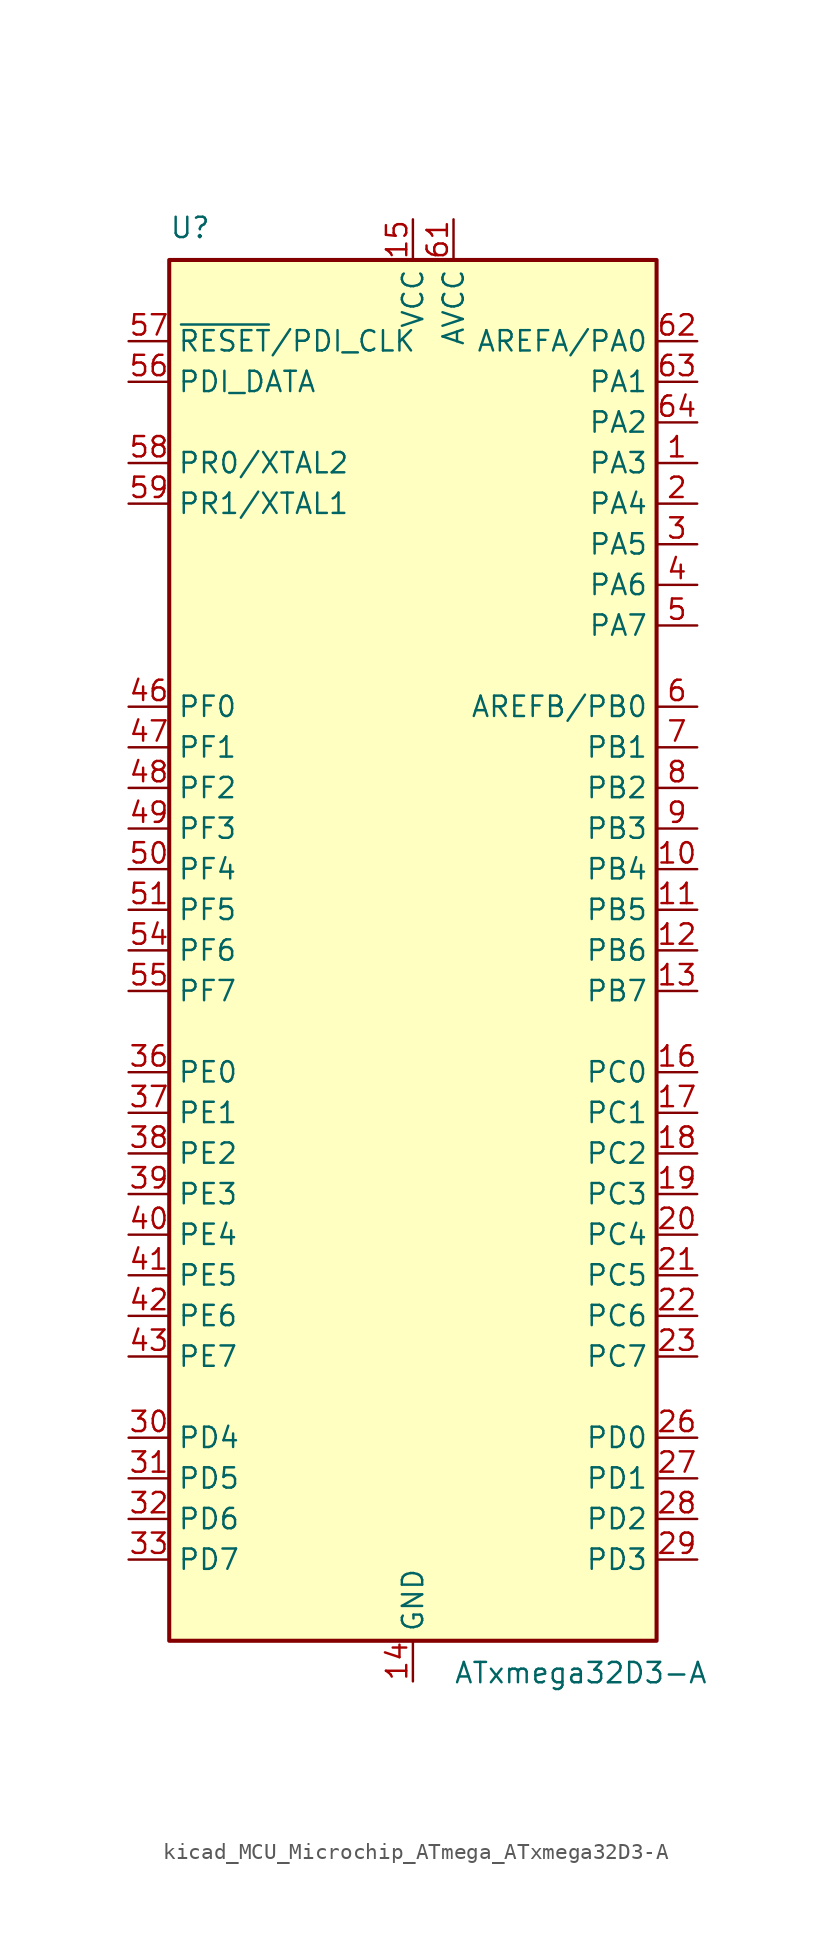
<source format=kicad_sym>
(kicad_symbol_lib
  (version 20220914)
  (generator kicad_symbol_editor)
  (symbol "kicad_MCU_Microchip_ATmega_ATxmega32D3-A"
    (property "Reference" "U"
      (at -15.24 44.45 0)
      (effects (font (size 1.27 1.27)) (justify left bottom)))
    (property "Value" "ATxmega32D3-A"
      (at 2.54 -44.45 0)
      (effects (font (size 1.27 1.27)) (justify left top)))
    (symbol "kicad_MCU_Microchip_ATmega_ATxmega32D3-A_0_1"
      (rectangle (start -15.24 -43.18) (end 15.24 43.18) (stroke (width 0.254) (type default)) (fill (type background))))
    (symbol "kicad_MCU_Microchip_ATmega_ATxmega32D3-A_1_1"
      (pin bidirectional line (at 17.78 30.48 180) (length 2.54) (name "PA3" (effects (font (size 1.27 1.27)))) (number "1" (effects (font (size 1.27 1.27)))))
      (pin bidirectional line (at 17.78 5.08 180) (length 2.54) (name "PB4" (effects (font (size 1.27 1.27)))) (number "10" (effects (font (size 1.27 1.27)))))
      (pin bidirectional line (at 17.78 2.54 180) (length 2.54) (name "PB5" (effects (font (size 1.27 1.27)))) (number "11" (effects (font (size 1.27 1.27)))))
      (pin bidirectional line (at 17.78 0 180) (length 2.54) (name "PB6" (effects (font (size 1.27 1.27)))) (number "12" (effects (font (size 1.27 1.27)))))
      (pin bidirectional line (at 17.78 -2.54 180) (length 2.54) (name "PB7" (effects (font (size 1.27 1.27)))) (number "13" (effects (font (size 1.27 1.27)))))
      (pin power_in line (at 0 -45.72 90) (length 2.54) (name "GND" (effects (font (size 1.27 1.27)))) (number "14" (effects (font (size 1.27 1.27)))))
      (pin power_in line (at 0 45.72 270) (length 2.54) (name "VCC" (effects (font (size 1.27 1.27)))) (number "15" (effects (font (size 1.27 1.27)))))
      (pin bidirectional line (at 17.78 -7.62 180) (length 2.54) (name "PC0" (effects (font (size 1.27 1.27)))) (number "16" (effects (font (size 1.27 1.27)))))
      (pin bidirectional line (at 17.78 -10.16 180) (length 2.54) (name "PC1" (effects (font (size 1.27 1.27)))) (number "17" (effects (font (size 1.27 1.27)))))
      (pin bidirectional line (at 17.78 -12.7 180) (length 2.54) (name "PC2" (effects (font (size 1.27 1.27)))) (number "18" (effects (font (size 1.27 1.27)))))
      (pin bidirectional line (at 17.78 -15.24 180) (length 2.54) (name "PC3" (effects (font (size 1.27 1.27)))) (number "19" (effects (font (size 1.27 1.27)))))
      (pin bidirectional line (at 17.78 27.94 180) (length 2.54) (name "PA4" (effects (font (size 1.27 1.27)))) (number "2" (effects (font (size 1.27 1.27)))))
      (pin bidirectional line (at 17.78 -17.78 180) (length 2.54) (name "PC4" (effects (font (size 1.27 1.27)))) (number "20" (effects (font (size 1.27 1.27)))))
      (pin bidirectional line (at 17.78 -20.32 180) (length 2.54) (name "PC5" (effects (font (size 1.27 1.27)))) (number "21" (effects (font (size 1.27 1.27)))))
      (pin bidirectional line (at 17.78 -22.86 180) (length 2.54) (name "PC6" (effects (font (size 1.27 1.27)))) (number "22" (effects (font (size 1.27 1.27)))))
      (pin bidirectional line (at 17.78 -25.4 180) (length 2.54) (name "PC7" (effects (font (size 1.27 1.27)))) (number "23" (effects (font (size 1.27 1.27)))))
      (pin passive line (at 0 -45.72 90) (length 2.54) hide (name "GND" (effects (font (size 1.27 1.27)))) (number "24" (effects (font (size 1.27 1.27)))))
      (pin passive line (at 0 45.72 270) (length 2.54) hide (name "VCC" (effects (font (size 1.27 1.27)))) (number "25" (effects (font (size 1.27 1.27)))))
      (pin bidirectional line (at 17.78 -30.48 180) (length 2.54) (name "PD0" (effects (font (size 1.27 1.27)))) (number "26" (effects (font (size 1.27 1.27)))))
      (pin bidirectional line (at 17.78 -33.02 180) (length 2.54) (name "PD1" (effects (font (size 1.27 1.27)))) (number "27" (effects (font (size 1.27 1.27)))))
      (pin bidirectional line (at 17.78 -35.56 180) (length 2.54) (name "PD2" (effects (font (size 1.27 1.27)))) (number "28" (effects (font (size 1.27 1.27)))))
      (pin bidirectional line (at 17.78 -38.1 180) (length 2.54) (name "PD3" (effects (font (size 1.27 1.27)))) (number "29" (effects (font (size 1.27 1.27)))))
      (pin bidirectional line (at 17.78 25.4 180) (length 2.54) (name "PA5" (effects (font (size 1.27 1.27)))) (number "3" (effects (font (size 1.27 1.27)))))
      (pin bidirectional line (at -17.78 -30.48 0) (length 2.54) (name "PD4" (effects (font (size 1.27 1.27)))) (number "30" (effects (font (size 1.27 1.27)))))
      (pin bidirectional line (at -17.78 -33.02 0) (length 2.54) (name "PD5" (effects (font (size 1.27 1.27)))) (number "31" (effects (font (size 1.27 1.27)))))
      (pin bidirectional line (at -17.78 -35.56 0) (length 2.54) (name "PD6" (effects (font (size 1.27 1.27)))) (number "32" (effects (font (size 1.27 1.27)))))
      (pin bidirectional line (at -17.78 -38.1 0) (length 2.54) (name "PD7" (effects (font (size 1.27 1.27)))) (number "33" (effects (font (size 1.27 1.27)))))
      (pin passive line (at 0 -45.72 90) (length 2.54) hide (name "GND" (effects (font (size 1.27 1.27)))) (number "34" (effects (font (size 1.27 1.27)))))
      (pin passive line (at 0 45.72 270) (length 2.54) hide (name "VCC" (effects (font (size 1.27 1.27)))) (number "35" (effects (font (size 1.27 1.27)))))
      (pin bidirectional line (at -17.78 -7.62 0) (length 2.54) (name "PE0" (effects (font (size 1.27 1.27)))) (number "36" (effects (font (size 1.27 1.27)))))
      (pin bidirectional line (at -17.78 -10.16 0) (length 2.54) (name "PE1" (effects (font (size 1.27 1.27)))) (number "37" (effects (font (size 1.27 1.27)))))
      (pin bidirectional line (at -17.78 -12.7 0) (length 2.54) (name "PE2" (effects (font (size 1.27 1.27)))) (number "38" (effects (font (size 1.27 1.27)))))
      (pin bidirectional line (at -17.78 -15.24 0) (length 2.54) (name "PE3" (effects (font (size 1.27 1.27)))) (number "39" (effects (font (size 1.27 1.27)))))
      (pin bidirectional line (at 17.78 22.86 180) (length 2.54) (name "PA6" (effects (font (size 1.27 1.27)))) (number "4" (effects (font (size 1.27 1.27)))))
      (pin bidirectional line (at -17.78 -17.78 0) (length 2.54) (name "PE4" (effects (font (size 1.27 1.27)))) (number "40" (effects (font (size 1.27 1.27)))))
      (pin bidirectional line (at -17.78 -20.32 0) (length 2.54) (name "PE5" (effects (font (size 1.27 1.27)))) (number "41" (effects (font (size 1.27 1.27)))))
      (pin bidirectional line (at -17.78 -22.86 0) (length 2.54) (name "PE6" (effects (font (size 1.27 1.27)))) (number "42" (effects (font (size 1.27 1.27)))))
      (pin bidirectional line (at -17.78 -25.4 0) (length 2.54) (name "PE7" (effects (font (size 1.27 1.27)))) (number "43" (effects (font (size 1.27 1.27)))))
      (pin passive line (at 0 -45.72 90) (length 2.54) hide (name "GND" (effects (font (size 1.27 1.27)))) (number "44" (effects (font (size 1.27 1.27)))))
      (pin passive line (at 0 45.72 270) (length 2.54) hide (name "VCC" (effects (font (size 1.27 1.27)))) (number "45" (effects (font (size 1.27 1.27)))))
      (pin bidirectional line (at -17.78 15.24 0) (length 2.54) (name "PF0" (effects (font (size 1.27 1.27)))) (number "46" (effects (font (size 1.27 1.27)))))
      (pin bidirectional line (at -17.78 12.7 0) (length 2.54) (name "PF1" (effects (font (size 1.27 1.27)))) (number "47" (effects (font (size 1.27 1.27)))))
      (pin bidirectional line (at -17.78 10.16 0) (length 2.54) (name "PF2" (effects (font (size 1.27 1.27)))) (number "48" (effects (font (size 1.27 1.27)))))
      (pin bidirectional line (at -17.78 7.62 0) (length 2.54) (name "PF3" (effects (font (size 1.27 1.27)))) (number "49" (effects (font (size 1.27 1.27)))))
      (pin bidirectional line (at 17.78 20.32 180) (length 2.54) (name "PA7" (effects (font (size 1.27 1.27)))) (number "5" (effects (font (size 1.27 1.27)))))
      (pin bidirectional line (at -17.78 5.08 0) (length 2.54) (name "PF4" (effects (font (size 1.27 1.27)))) (number "50" (effects (font (size 1.27 1.27)))))
      (pin bidirectional line (at -17.78 2.54 0) (length 2.54) (name "PF5" (effects (font (size 1.27 1.27)))) (number "51" (effects (font (size 1.27 1.27)))))
      (pin passive line (at 0 -45.72 90) (length 2.54) hide (name "GND" (effects (font (size 1.27 1.27)))) (number "52" (effects (font (size 1.27 1.27)))))
      (pin passive line (at 0 45.72 270) (length 2.54) hide (name "VCC" (effects (font (size 1.27 1.27)))) (number "53" (effects (font (size 1.27 1.27)))))
      (pin bidirectional line (at -17.78 0 0) (length 2.54) (name "PF6" (effects (font (size 1.27 1.27)))) (number "54" (effects (font (size 1.27 1.27)))))
      (pin bidirectional line (at -17.78 -2.54 0) (length 2.54) (name "PF7" (effects (font (size 1.27 1.27)))) (number "55" (effects (font (size 1.27 1.27)))))
      (pin bidirectional line (at -17.78 35.56 0) (length 2.54) (name "PDI_DATA" (effects (font (size 1.27 1.27)))) (number "56" (effects (font (size 1.27 1.27)))))
      (pin input line (at -17.78 38.1 0) (length 2.54) (name "~{RESET}/PDI_CLK" (effects (font (size 1.27 1.27)))) (number "57" (effects (font (size 1.27 1.27)))))
      (pin bidirectional line (at -17.78 30.48 0) (length 2.54) (name "PR0/XTAL2" (effects (font (size 1.27 1.27)))) (number "58" (effects (font (size 1.27 1.27)))))
      (pin bidirectional line (at -17.78 27.94 0) (length 2.54) (name "PR1/XTAL1" (effects (font (size 1.27 1.27)))) (number "59" (effects (font (size 1.27 1.27)))))
      (pin bidirectional line (at 17.78 15.24 180) (length 2.54) (name "AREFB/PB0" (effects (font (size 1.27 1.27)))) (number "6" (effects (font (size 1.27 1.27)))))
      (pin passive line (at 0 -45.72 90) (length 2.54) hide (name "GND" (effects (font (size 1.27 1.27)))) (number "60" (effects (font (size 1.27 1.27)))))
      (pin power_in line (at 2.54 45.72 270) (length 2.54) (name "AVCC" (effects (font (size 1.27 1.27)))) (number "61" (effects (font (size 1.27 1.27)))))
      (pin bidirectional line (at 17.78 38.1 180) (length 2.54) (name "AREFA/PA0" (effects (font (size 1.27 1.27)))) (number "62" (effects (font (size 1.27 1.27)))))
      (pin bidirectional line (at 17.78 35.56 180) (length 2.54) (name "PA1" (effects (font (size 1.27 1.27)))) (number "63" (effects (font (size 1.27 1.27)))))
      (pin bidirectional line (at 17.78 33.02 180) (length 2.54) (name "PA2" (effects (font (size 1.27 1.27)))) (number "64" (effects (font (size 1.27 1.27)))))
      (pin bidirectional line (at 17.78 12.7 180) (length 2.54) (name "PB1" (effects (font (size 1.27 1.27)))) (number "7" (effects (font (size 1.27 1.27)))))
      (pin bidirectional line (at 17.78 10.16 180) (length 2.54) (name "PB2" (effects (font (size 1.27 1.27)))) (number "8" (effects (font (size 1.27 1.27)))))
      (pin bidirectional line (at 17.78 7.62 180) (length 2.54) (name "PB3" (effects (font (size 1.27 1.27)))) (number "9" (effects (font (size 1.27 1.27))))))))
</source>
